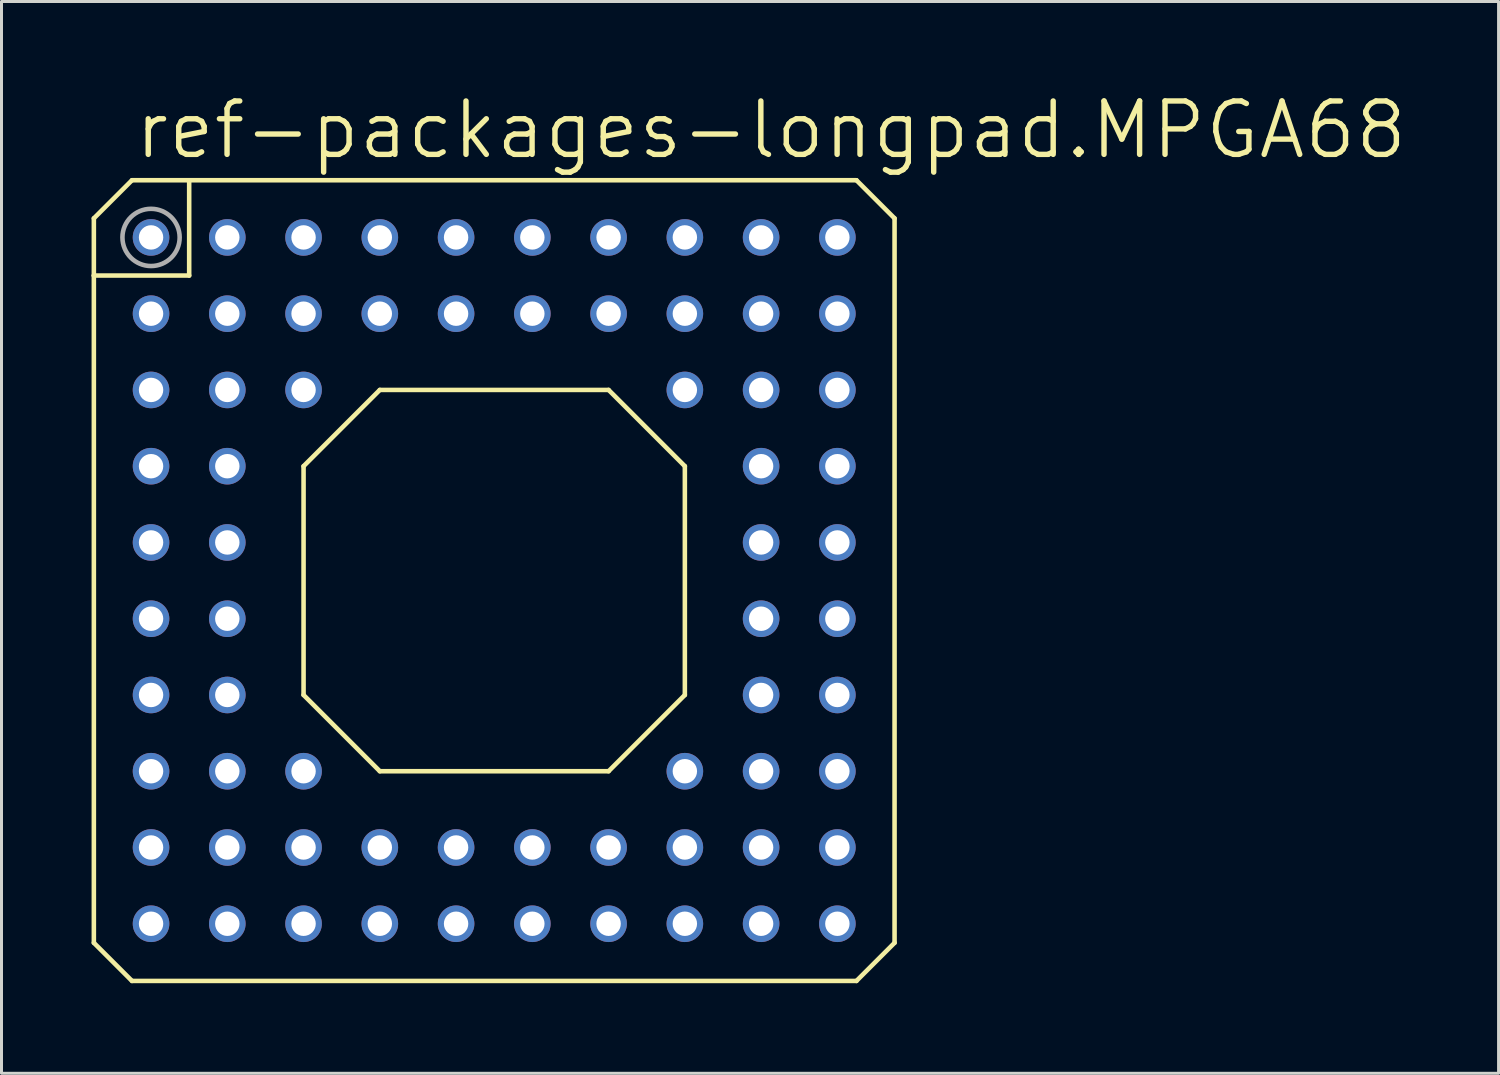
<source format=kicad_pcb>
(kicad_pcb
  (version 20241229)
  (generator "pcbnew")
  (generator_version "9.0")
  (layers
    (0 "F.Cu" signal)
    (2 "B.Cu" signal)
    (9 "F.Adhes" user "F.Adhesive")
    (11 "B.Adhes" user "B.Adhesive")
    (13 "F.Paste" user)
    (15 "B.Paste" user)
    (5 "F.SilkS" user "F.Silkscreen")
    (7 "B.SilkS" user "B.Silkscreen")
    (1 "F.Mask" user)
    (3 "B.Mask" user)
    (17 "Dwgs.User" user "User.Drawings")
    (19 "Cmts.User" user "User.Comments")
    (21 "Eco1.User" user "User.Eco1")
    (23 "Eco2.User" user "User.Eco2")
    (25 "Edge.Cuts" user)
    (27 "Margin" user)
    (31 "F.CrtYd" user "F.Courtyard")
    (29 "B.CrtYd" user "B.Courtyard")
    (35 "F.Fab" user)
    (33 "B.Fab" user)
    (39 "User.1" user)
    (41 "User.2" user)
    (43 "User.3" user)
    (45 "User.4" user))
  (footprint "ref-packages-longpad.MPGA68"
    (layer "F.Cu")
    (at 13.411 16.288)
    (property "Reference" "ref-packages-longpad.MPGA68" (at -12.065 -13.97 0) (layer "F.SilkS") (effects (font (size 1.778 1.778) (thickness 0.18)) (justify left bottom)))
    (attr through_hole)
    (fp_line (start -13.335 -12.065) (end -13.335 -10.16) (stroke (width 0.152) (type default)) (layer "F.SilkS"))
    (fp_line (start -13.335 -10.16) (end -13.335 12.065) (stroke (width 0.152) (type default)) (layer "F.SilkS"))
    (fp_line (start -13.335 -10.16) (end -10.16 -10.16) (stroke (width 0.152) (type default)) (layer "F.SilkS"))
    (fp_line (start -12.065 -13.335) (end -13.335 -12.065) (stroke (width 0.152) (type default)) (layer "F.SilkS"))
    (fp_line (start -12.065 13.335) (end -13.335 12.065) (stroke (width 0.152) (type default)) (layer "F.SilkS"))
    (fp_line (start -10.16 -13.335) (end -12.065 -13.335) (stroke (width 0.152) (type default)) (layer "F.SilkS"))
    (fp_line (start -10.16 -10.16) (end -10.16 -13.335) (stroke (width 0.152) (type default)) (layer "F.SilkS"))
    (fp_line (start -6.35 -3.81) (end -3.81 -6.35) (stroke (width 0.152) (type default)) (layer "F.SilkS"))
    (fp_line (start -6.35 3.81) (end -6.35 -3.81) (stroke (width 0.152) (type default)) (layer "F.SilkS"))
    (fp_line (start -3.81 -6.35) (end 3.81 -6.35) (stroke (width 0.152) (type default)) (layer "F.SilkS"))
    (fp_line (start -3.81 6.35) (end -6.35 3.81) (stroke (width 0.152) (type default)) (layer "F.SilkS"))
    (fp_line (start 3.81 -6.35) (end 6.35 -3.81) (stroke (width 0.152) (type default)) (layer "F.SilkS"))
    (fp_line (start 3.81 6.35) (end -3.81 6.35) (stroke (width 0.152) (type default)) (layer "F.SilkS"))
    (fp_line (start 6.35 -3.81) (end 6.35 3.81) (stroke (width 0.152) (type default)) (layer "F.SilkS"))
    (fp_line (start 6.35 3.81) (end 3.81 6.35) (stroke (width 0.152) (type default)) (layer "F.SilkS"))
    (fp_line (start 12.065 -13.335) (end -10.16 -13.335) (stroke (width 0.152) (type default)) (layer "F.SilkS"))
    (fp_line (start 12.065 13.335) (end -12.065 13.335) (stroke (width 0.152) (type default)) (layer "F.SilkS"))
    (fp_line (start 13.335 -12.065) (end 12.065 -13.335) (stroke (width 0.152) (type default)) (layer "F.SilkS"))
    (fp_line (start 13.335 12.065) (end 12.065 13.335) (stroke (width 0.152) (type default)) (layer "F.SilkS"))
    (fp_line (start 13.335 12.065) (end 13.335 -12.065) (stroke (width 0.152) (type default)) (layer "F.SilkS"))
    (fp_circle (center -11.43 -11.43) (end -10.477 -11.43) (stroke (width 0.152) (type default)) (fill no) (layer "F.Fab"))
    (pad "A01" thru_hole circle (at -11.43 -11.43) (size 1.219 1.219) (drill 0.813) (layers "*.Cu" "*.Mask"))
    (pad "A02" thru_hole circle (at -8.89 -11.43) (size 1.219 1.219) (drill 0.813) (layers "*.Cu" "*.Mask"))
    (pad "A03" thru_hole circle (at -6.35 -11.43) (size 1.219 1.219) (drill 0.813) (layers "*.Cu" "*.Mask"))
    (pad "A04" thru_hole circle (at -3.81 -11.43) (size 1.219 1.219) (drill 0.813) (layers "*.Cu" "*.Mask"))
    (pad "A05" thru_hole circle (at -1.27 -11.43) (size 1.219 1.219) (drill 0.813) (layers "*.Cu" "*.Mask"))
    (pad "A06" thru_hole circle (at 1.27 -11.43) (size 1.219 1.219) (drill 0.813) (layers "*.Cu" "*.Mask"))
    (pad "A07" thru_hole circle (at 3.81 -11.43) (size 1.219 1.219) (drill 0.813) (layers "*.Cu" "*.Mask"))
    (pad "A08" thru_hole circle (at 6.35 -11.43) (size 1.219 1.219) (drill 0.813) (layers "*.Cu" "*.Mask"))
    (pad "A09" thru_hole circle (at 8.89 -11.43) (size 1.219 1.219) (drill 0.813) (layers "*.Cu" "*.Mask"))
    (pad "A10" thru_hole circle (at 11.43 -11.43) (size 1.219 1.219) (drill 0.813) (layers "*.Cu" "*.Mask"))
    (pad "B01" thru_hole circle (at -11.43 -8.89) (size 1.219 1.219) (drill 0.813) (layers "*.Cu" "*.Mask"))
    (pad "B02" thru_hole circle (at -8.89 -8.89) (size 1.219 1.219) (drill 0.813) (layers "*.Cu" "*.Mask"))
    (pad "B03" thru_hole circle (at -6.35 -8.89) (size 1.219 1.219) (drill 0.813) (layers "*.Cu" "*.Mask"))
    (pad "B04" thru_hole circle (at -3.81 -8.89) (size 1.219 1.219) (drill 0.813) (layers "*.Cu" "*.Mask"))
    (pad "B05" thru_hole circle (at -1.27 -8.89) (size 1.219 1.219) (drill 0.813) (layers "*.Cu" "*.Mask"))
    (pad "B06" thru_hole circle (at 1.27 -8.89) (size 1.219 1.219) (drill 0.813) (layers "*.Cu" "*.Mask"))
    (pad "B07" thru_hole circle (at 3.81 -8.89) (size 1.219 1.219) (drill 0.813) (layers "*.Cu" "*.Mask"))
    (pad "B08" thru_hole circle (at 6.35 -8.89) (size 1.219 1.219) (drill 0.813) (layers "*.Cu" "*.Mask"))
    (pad "B09" thru_hole circle (at 8.89 -8.89) (size 1.219 1.219) (drill 0.813) (layers "*.Cu" "*.Mask"))
    (pad "B10" thru_hole circle (at 11.43 -8.89) (size 1.219 1.219) (drill 0.813) (layers "*.Cu" "*.Mask"))
    (pad "C01" thru_hole circle (at -11.43 -6.35) (size 1.219 1.219) (drill 0.813) (layers "*.Cu" "*.Mask"))
    (pad "C02" thru_hole circle (at -8.89 -6.35) (size 1.219 1.219) (drill 0.813) (layers "*.Cu" "*.Mask"))
    (pad "C03" thru_hole circle (at -6.35 -6.35) (size 1.219 1.219) (drill 0.813) (layers "*.Cu" "*.Mask"))
    (pad "C08" thru_hole circle (at 6.35 -6.35) (size 1.219 1.219) (drill 0.813) (layers "*.Cu" "*.Mask"))
    (pad "C09" thru_hole circle (at 8.89 -6.35) (size 1.219 1.219) (drill 0.813) (layers "*.Cu" "*.Mask"))
    (pad "C10" thru_hole circle (at 11.43 -6.35) (size 1.219 1.219) (drill 0.813) (layers "*.Cu" "*.Mask"))
    (pad "D01" thru_hole circle (at -11.43 -3.81) (size 1.219 1.219) (drill 0.813) (layers "*.Cu" "*.Mask"))
    (pad "D02" thru_hole circle (at -8.89 -3.81) (size 1.219 1.219) (drill 0.813) (layers "*.Cu" "*.Mask"))
    (pad "D09" thru_hole circle (at 8.89 -3.81) (size 1.219 1.219) (drill 0.813) (layers "*.Cu" "*.Mask"))
    (pad "D10" thru_hole circle (at 11.43 -3.81) (size 1.219 1.219) (drill 0.813) (layers "*.Cu" "*.Mask"))
    (pad "E01" thru_hole circle (at -11.43 -1.27) (size 1.219 1.219) (drill 0.813) (layers "*.Cu" "*.Mask"))
    (pad "E02" thru_hole circle (at -8.89 -1.27) (size 1.219 1.219) (drill 0.813) (layers "*.Cu" "*.Mask"))
    (pad "E09" thru_hole circle (at 8.89 -1.27) (size 1.219 1.219) (drill 0.813) (layers "*.Cu" "*.Mask"))
    (pad "E10" thru_hole circle (at 11.43 -1.27) (size 1.219 1.219) (drill 0.813) (layers "*.Cu" "*.Mask"))
    (pad "F01" thru_hole circle (at -11.43 1.27) (size 1.219 1.219) (drill 0.813) (layers "*.Cu" "*.Mask"))
    (pad "F02" thru_hole circle (at -8.89 1.27) (size 1.219 1.219) (drill 0.813) (layers "*.Cu" "*.Mask"))
    (pad "F09" thru_hole circle (at 8.89 1.27) (size 1.219 1.219) (drill 0.813) (layers "*.Cu" "*.Mask"))
    (pad "F10" thru_hole circle (at 11.43 1.27) (size 1.219 1.219) (drill 0.813) (layers "*.Cu" "*.Mask"))
    (pad "G01" thru_hole circle (at -11.43 3.81) (size 1.219 1.219) (drill 0.813) (layers "*.Cu" "*.Mask"))
    (pad "G02" thru_hole circle (at -8.89 3.81) (size 1.219 1.219) (drill 0.813) (layers "*.Cu" "*.Mask"))
    (pad "G09" thru_hole circle (at 8.89 3.81) (size 1.219 1.219) (drill 0.813) (layers "*.Cu" "*.Mask"))
    (pad "G10" thru_hole circle (at 11.43 3.81) (size 1.219 1.219) (drill 0.813) (layers "*.Cu" "*.Mask"))
    (pad "H01" thru_hole circle (at -11.43 6.35) (size 1.219 1.219) (drill 0.813) (layers "*.Cu" "*.Mask"))
    (pad "H02" thru_hole circle (at -8.89 6.35) (size 1.219 1.219) (drill 0.813) (layers "*.Cu" "*.Mask"))
    (pad "H03" thru_hole circle (at -6.35 6.35) (size 1.219 1.219) (drill 0.813) (layers "*.Cu" "*.Mask"))
    (pad "H08" thru_hole circle (at 6.35 6.35) (size 1.219 1.219) (drill 0.813) (layers "*.Cu" "*.Mask"))
    (pad "H09" thru_hole circle (at 8.89 6.35) (size 1.219 1.219) (drill 0.813) (layers "*.Cu" "*.Mask"))
    (pad "H10" thru_hole circle (at 11.43 6.35) (size 1.219 1.219) (drill 0.813) (layers "*.Cu" "*.Mask"))
    (pad "J01" thru_hole circle (at -11.43 8.89) (size 1.219 1.219) (drill 0.813) (layers "*.Cu" "*.Mask"))
    (pad "J02" thru_hole circle (at -8.89 8.89) (size 1.219 1.219) (drill 0.813) (layers "*.Cu" "*.Mask"))
    (pad "J03" thru_hole circle (at -6.35 8.89) (size 1.219 1.219) (drill 0.813) (layers "*.Cu" "*.Mask"))
    (pad "J04" thru_hole circle (at -3.81 8.89) (size 1.219 1.219) (drill 0.813) (layers "*.Cu" "*.Mask"))
    (pad "J05" thru_hole circle (at -1.27 8.89) (size 1.219 1.219) (drill 0.813) (layers "*.Cu" "*.Mask"))
    (pad "J06" thru_hole circle (at 1.27 8.89) (size 1.219 1.219) (drill 0.813) (layers "*.Cu" "*.Mask"))
    (pad "J07" thru_hole circle (at 3.81 8.89) (size 1.219 1.219) (drill 0.813) (layers "*.Cu" "*.Mask"))
    (pad "J08" thru_hole circle (at 6.35 8.89) (size 1.219 1.219) (drill 0.813) (layers "*.Cu" "*.Mask"))
    (pad "J09" thru_hole circle (at 8.89 8.89) (size 1.219 1.219) (drill 0.813) (layers "*.Cu" "*.Mask"))
    (pad "J10" thru_hole circle (at 11.43 8.89) (size 1.219 1.219) (drill 0.813) (layers "*.Cu" "*.Mask"))
    (pad "K01" thru_hole circle (at -11.43 11.43) (size 1.219 1.219) (drill 0.813) (layers "*.Cu" "*.Mask"))
    (pad "K02" thru_hole circle (at -8.89 11.43) (size 1.219 1.219) (drill 0.813) (layers "*.Cu" "*.Mask"))
    (pad "K03" thru_hole circle (at -6.35 11.43) (size 1.219 1.219) (drill 0.813) (layers "*.Cu" "*.Mask"))
    (pad "K04" thru_hole circle (at -3.81 11.43) (size 1.219 1.219) (drill 0.813) (layers "*.Cu" "*.Mask"))
    (pad "K05" thru_hole circle (at -1.27 11.43) (size 1.219 1.219) (drill 0.813) (layers "*.Cu" "*.Mask"))
    (pad "K06" thru_hole circle (at 1.27 11.43) (size 1.219 1.219) (drill 0.813) (layers "*.Cu" "*.Mask"))
    (pad "K07" thru_hole circle (at 3.81 11.43) (size 1.219 1.219) (drill 0.813) (layers "*.Cu" "*.Mask"))
    (pad "K08" thru_hole circle (at 6.35 11.43) (size 1.219 1.219) (drill 0.813) (layers "*.Cu" "*.Mask"))
    (pad "K09" thru_hole circle (at 8.89 11.43) (size 1.219 1.219) (drill 0.813) (layers "*.Cu" "*.Mask"))
    (pad "K10" thru_hole circle (at 11.43 11.43) (size 1.219 1.219) (drill 0.813) (layers "*.Cu" "*.Mask")))
  (gr_rect
    (start -3 -3)
    (end 46.864 32.699)
    (stroke (width 0.1) (type default))
    (fill no)
    (layer "Edge.Cuts")))
</source>
